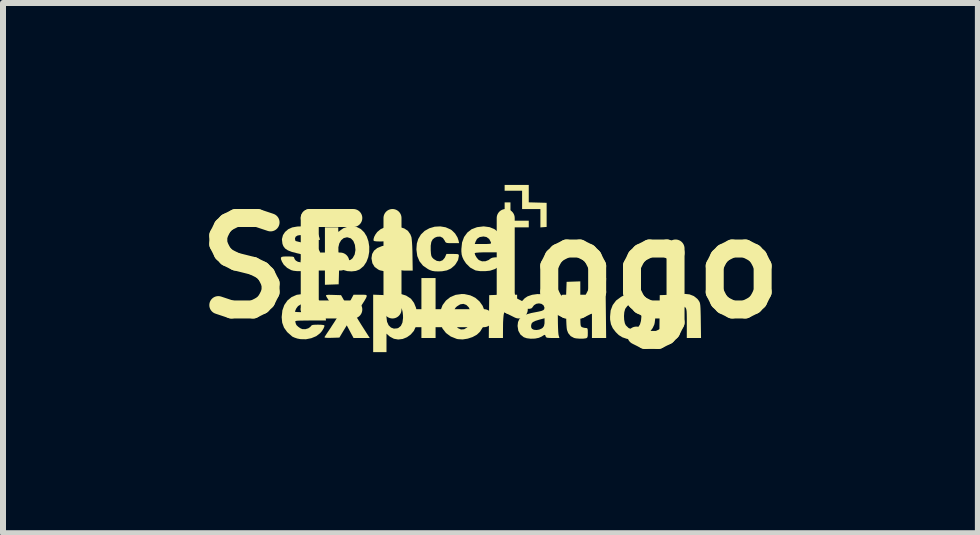
<source format=kicad_pcb>
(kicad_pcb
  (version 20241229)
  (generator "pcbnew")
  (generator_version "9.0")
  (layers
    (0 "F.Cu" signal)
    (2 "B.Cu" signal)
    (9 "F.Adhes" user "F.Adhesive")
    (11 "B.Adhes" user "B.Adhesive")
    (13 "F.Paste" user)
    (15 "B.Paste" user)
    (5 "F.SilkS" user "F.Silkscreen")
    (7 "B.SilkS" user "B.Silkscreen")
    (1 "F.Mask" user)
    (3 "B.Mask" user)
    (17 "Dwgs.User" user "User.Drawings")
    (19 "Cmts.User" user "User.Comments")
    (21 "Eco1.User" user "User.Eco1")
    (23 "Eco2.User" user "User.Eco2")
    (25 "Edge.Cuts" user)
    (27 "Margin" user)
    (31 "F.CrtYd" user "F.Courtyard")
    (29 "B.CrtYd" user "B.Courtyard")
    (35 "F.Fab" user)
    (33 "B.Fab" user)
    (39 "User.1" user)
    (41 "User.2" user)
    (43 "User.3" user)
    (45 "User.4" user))
  (footprint "SEI_logo"
    (layer "F.Cu")
    (at 5.124 1.418)
    (property "Reference" "SEI_logo" (at 0 0 0) (layer "F.SilkS") (effects (font (size 1.524 1.524) (thickness 0.3))))
    (attr board_only exclude_from_pos_files exclude_from_bom)
    (fp_poly (pts (xy -0.915 1.165) (xy -1.151 1.165) (xy -1.151 0.166) (xy -0.915 0.166)) (stroke (width 0) (type solid)) (fill yes) (layer "F.SilkS"))
    (fp_poly (pts (xy 1.92 0.451) (xy 1.924 0.808) (xy 1.928 1.165) (xy 1.691 1.165) (xy 1.691 0.443)) (stroke (width 0) (type solid)) (fill yes) (layer "F.SilkS"))
    (fp_poly (pts (xy 1.924 0.26) (xy 1.92 0.354) (xy 1.691 0.362) (xy 1.691 0.166) (xy 1.928 0.166)) (stroke (width 0) (type solid)) (fill yes) (layer "F.SilkS"))
    (fp_poly (pts (xy 0.333 -0.79) (xy 0.638 -0.79) (xy 0.638 -0.679) (xy 0.236 -0.679) (xy 0.236 -1.095) (xy 0.333 -1.095)) (stroke (width 0) (type solid)) (fill yes) (layer "F.SilkS"))
    (fp_poly (pts (xy 0.638 -1.096) (xy 0.787 -1.092) (xy 0.936 -1.088) (xy 0.936 -0.686) (xy 0.832 -0.678) (xy 0.832 -0.984) (xy 0.527 -0.984) (xy 0.527 -1.289) (xy 0.236 -1.289) (xy 0.236 -1.386) (xy 0.638 -1.386)) (stroke (width 0) (type solid)) (fill yes) (layer "F.SilkS"))
    (fp_poly (pts (xy 0.195 0.562) (xy 0.224 0.523) (xy 0.277 0.474) (xy 0.344 0.448) (xy 0.388 0.444) (xy 0.444 0.444) (xy 0.444 0.634) (xy 0.38 0.641) (xy 0.308 0.66) (xy 0.256 0.698) (xy 0.226 0.75) (xy 0.219 0.783) (xy 0.214 0.837) (xy 0.21 0.906) (xy 0.209 0.981) (xy 0.208 1.165) (xy -0.028 1.165) (xy -0.021 0.451) (xy 0.087 0.447) (xy 0.194 0.443)) (stroke (width 0) (type solid)) (fill yes) (layer "F.SilkS"))
    (fp_poly (pts (xy 3.317 0.438) (xy 3.389 0.466) (xy 3.448 0.513) (xy 3.466 0.536) (xy 3.478 0.554) (xy 3.487 0.572) (xy 3.493 0.594) (xy 3.497 0.624) (xy 3.5 0.667) (xy 3.502 0.726) (xy 3.504 0.806) (xy 3.505 0.876) (xy 3.509 1.165) (xy 3.272 1.165) (xy 3.272 0.922) (xy 3.272 0.834) (xy 3.271 0.769) (xy 3.269 0.724) (xy 3.265 0.693) (xy 3.259 0.673) (xy 3.251 0.659) (xy 3.244 0.652) (xy 3.202 0.627) (xy 3.154 0.627) (xy 3.106 0.651) (xy 3.091 0.664) (xy 3.05 0.705) (xy 3.05 1.165) (xy 2.814 1.165) (xy 2.818 0.808) (xy 2.821 0.451) (xy 2.929 0.447) (xy 3.036 0.443) (xy 3.036 0.546) (xy 3.081 0.503) (xy 3.119 0.472) (xy 3.156 0.449) (xy 3.166 0.445) (xy 3.24 0.43)) (stroke (width 0) (type solid)) (fill yes) (layer "F.SilkS"))
    (fp_poly (pts (xy 1.497 0.444) (xy 1.622 0.444) (xy 1.622 0.596) (xy 1.497 0.596) (xy 1.497 0.783) (xy 1.498 0.859) (xy 1.499 0.911) (xy 1.502 0.946) (xy 1.507 0.967) (xy 1.516 0.978) (xy 1.524 0.984) (xy 1.56 0.995) (xy 1.587 0.998) (xy 1.606 1) (xy 1.617 1.009) (xy 1.621 1.033) (xy 1.622 1.078) (xy 1.622 1.08) (xy 1.621 1.126) (xy 1.616 1.152) (xy 1.604 1.165) (xy 1.591 1.17) (xy 1.544 1.176) (xy 1.484 1.176) (xy 1.425 1.171) (xy 1.393 1.164) (xy 1.337 1.134) (xy 1.295 1.083) (xy 1.275 1.031) (xy 1.27 0.997) (xy 1.266 0.943) (xy 1.263 0.874) (xy 1.262 0.8) (xy 1.262 0.787) (xy 1.262 0.596) (xy 1.22 0.596) (xy 1.196 0.595) (xy 1.184 0.587) (xy 1.179 0.564) (xy 1.178 0.521) (xy 1.178 0.52) (xy 1.179 0.476) (xy 1.184 0.454) (xy 1.196 0.445) (xy 1.219 0.444) (xy 1.261 0.444) (xy 1.265 0.336) (xy 1.269 0.229) (xy 1.497 0.221)) (stroke (width 0) (type solid)) (fill yes) (layer "F.SilkS"))
    (fp_poly (pts (xy -0.435 0.433) (xy -0.337 0.454) (xy -0.252 0.495) (xy -0.184 0.554) (xy -0.132 0.626) (xy -0.099 0.709) (xy -0.086 0.799) (xy -0.095 0.892) (xy -0.127 0.984) (xy -0.174 1.06) (xy -0.227 1.11) (xy -0.298 1.149) (xy -0.38 1.176) (xy -0.464 1.189) (xy -0.543 1.184) (xy -0.562 1.18) (xy -0.662 1.14) (xy -0.741 1.082) (xy -0.799 1.008) (xy -0.834 0.918) (xy -0.841 0.854) (xy -0.608 0.854) (xy -0.605 0.896) (xy -0.597 0.927) (xy -0.583 0.954) (xy -0.541 1.001) (xy -0.491 1.023) (xy -0.439 1.019) (xy -0.39 0.99) (xy -0.348 0.938) (xy -0.325 0.869) (xy -0.321 0.789) (xy -0.334 0.716) (xy -0.362 0.654) (xy -0.402 0.614) (xy -0.451 0.596) (xy -0.504 0.604) (xy -0.558 0.637) (xy -0.58 0.658) (xy -0.594 0.679) (xy -0.601 0.706) (xy -0.605 0.747) (xy -0.607 0.793) (xy -0.608 0.854) (xy -0.841 0.854) (xy -0.845 0.812) (xy -0.845 0.811) (xy -0.833 0.707) (xy -0.798 0.616) (xy -0.742 0.541) (xy -0.669 0.483) (xy -0.581 0.446) (xy -0.48 0.432)) (stroke (width 0) (type solid)) (fill yes) (layer "F.SilkS"))
    (fp_poly (pts (xy -2.23 -0.686) (xy -2.161 -0.651) (xy -2.105 -0.597) (xy -2.062 -0.527) (xy -2.034 -0.446) (xy -2.02 -0.358) (xy -2.021 -0.269) (xy -2.037 -0.182) (xy -2.068 -0.102) (xy -2.114 -0.033) (xy -2.177 0.02) (xy -2.184 0.024) (xy -2.243 0.047) (xy -2.314 0.055) (xy -2.387 0.05) (xy -2.451 0.032) (xy -2.478 0.017) (xy -2.522 -0.015) (xy -2.526 0.128) (xy -2.53 0.27) (xy -2.645 0.274) (xy -2.759 0.278) (xy -2.759 -0.347) (xy -2.535 -0.347) (xy -2.534 -0.273) (xy -2.531 -0.255) (xy -2.509 -0.198) (xy -2.473 -0.156) (xy -2.427 -0.13) (xy -2.377 -0.124) (xy -2.329 -0.139) (xy -2.297 -0.166) (xy -2.263 -0.227) (xy -2.25 -0.302) (xy -2.259 -0.386) (xy -2.26 -0.389) (xy -2.286 -0.453) (xy -2.326 -0.495) (xy -2.38 -0.512) (xy -2.395 -0.513) (xy -2.446 -0.5) (xy -2.488 -0.465) (xy -2.519 -0.413) (xy -2.535 -0.347) (xy -2.759 -0.347) (xy -2.759 -0.679) (xy -2.537 -0.679) (xy -2.537 -0.638) (xy -2.536 -0.61) (xy -2.529 -0.606) (xy -2.51 -0.623) (xy -2.451 -0.665) (xy -2.377 -0.69) (xy -2.297 -0.697)) (stroke (width 0) (type solid)) (fill yes) (layer "F.SilkS"))
    (fp_poly (pts (xy -1.483 0.434) (xy -1.406 0.458) (xy -1.334 0.504) (xy -1.321 0.516) (xy -1.274 0.58) (xy -1.241 0.661) (xy -1.223 0.754) (xy -1.221 0.853) (xy -1.237 0.952) (xy -1.242 0.969) (xy -1.276 1.045) (xy -1.328 1.106) (xy -1.391 1.152) (xy -1.463 1.181) (xy -1.537 1.19) (xy -1.609 1.178) (xy -1.675 1.143) (xy -1.686 1.134) (xy -1.733 1.092) (xy -1.733 1.4) (xy -1.955 1.4) (xy -1.955 0.821) (xy -1.733 0.821) (xy -1.724 0.894) (xy -1.698 0.952) (xy -1.658 0.991) (xy -1.609 1.009) (xy -1.553 1.004) (xy -1.533 0.996) (xy -1.493 0.963) (xy -1.467 0.907) (xy -1.457 0.831) (xy -1.458 0.789) (xy -1.464 0.732) (xy -1.473 0.694) (xy -1.49 0.667) (xy -1.496 0.66) (xy -1.543 0.625) (xy -1.595 0.617) (xy -1.643 0.63) (xy -1.69 0.664) (xy -1.719 0.718) (xy -1.732 0.794) (xy -1.733 0.821) (xy -1.955 0.821) (xy -1.955 0.443) (xy -1.847 0.447) (xy -1.793 0.449) (xy -1.761 0.453) (xy -1.745 0.46) (xy -1.738 0.474) (xy -1.736 0.488) (xy -1.731 0.526) (xy -1.701 0.497) (xy -1.637 0.453) (xy -1.562 0.432)) (stroke (width 0) (type solid)) (fill yes) (layer "F.SilkS"))
    (fp_poly (pts (xy -0.746 -0.68) (xy -0.663 -0.643) (xy -0.643 -0.629) (xy -0.59 -0.577) (xy -0.55 -0.512) (xy -0.532 -0.459) (xy -0.523 -0.416) (xy -0.634 -0.416) (xy -0.69 -0.416) (xy -0.724 -0.419) (xy -0.743 -0.426) (xy -0.754 -0.439) (xy -0.763 -0.458) (xy -0.794 -0.503) (xy -0.837 -0.525) (xy -0.89 -0.522) (xy -0.928 -0.507) (xy -0.963 -0.479) (xy -0.986 -0.436) (xy -0.996 -0.374) (xy -0.996 -0.297) (xy -0.992 -0.242) (xy -0.986 -0.206) (xy -0.975 -0.182) (xy -0.956 -0.161) (xy -0.946 -0.151) (xy -0.894 -0.12) (xy -0.843 -0.113) (xy -0.797 -0.131) (xy -0.762 -0.172) (xy -0.755 -0.187) (xy -0.734 -0.236) (xy -0.631 -0.236) (xy -0.578 -0.235) (xy -0.547 -0.233) (xy -0.532 -0.226) (xy -0.527 -0.213) (xy -0.527 -0.202) (xy -0.54 -0.134) (xy -0.58 -0.067) (xy -0.6 -0.043) (xy -0.659 0.007) (xy -0.726 0.038) (xy -0.807 0.053) (xy -0.861 0.055) (xy -0.923 0.054) (xy -0.969 0.047) (xy -1.011 0.032) (xy -1.041 0.017) (xy -1.124 -0.04) (xy -1.183 -0.113) (xy -1.22 -0.201) (xy -1.234 -0.306) (xy -1.234 -0.319) (xy -1.227 -0.41) (xy -1.204 -0.485) (xy -1.162 -0.555) (xy -1.161 -0.558) (xy -1.097 -0.62) (xy -1.018 -0.664) (xy -0.929 -0.69) (xy -0.836 -0.695)) (stroke (width 0) (type solid)) (fill yes) (layer "F.SilkS"))
    (fp_poly (pts (xy 2.433 0.438) (xy 2.477 0.443) (xy 2.513 0.453) (xy 2.552 0.472) (xy 2.562 0.477) (xy 2.643 0.536) (xy 2.701 0.609) (xy 2.736 0.697) (xy 2.747 0.796) (xy 2.744 0.854) (xy 2.737 0.911) (xy 2.73 0.942) (xy 2.703 1) (xy 2.659 1.059) (xy 2.605 1.112) (xy 2.551 1.15) (xy 2.536 1.156) (xy 2.469 1.175) (xy 2.391 1.185) (xy 2.316 1.185) (xy 2.27 1.178) (xy 2.197 1.153) (xy 2.138 1.116) (xy 2.088 1.067) (xy 2.038 1.002) (xy 2.008 0.936) (xy 1.994 0.86) (xy 1.993 0.811) (xy 1.994 0.798) (xy 2.225 0.798) (xy 2.228 0.862) (xy 2.239 0.918) (xy 2.255 0.953) (xy 2.302 0.999) (xy 2.355 1.019) (xy 2.41 1.015) (xy 2.461 0.984) (xy 2.463 0.982) (xy 2.491 0.94) (xy 2.508 0.881) (xy 2.515 0.812) (xy 2.511 0.744) (xy 2.496 0.684) (xy 2.478 0.65) (xy 2.434 0.613) (xy 2.382 0.597) (xy 2.329 0.603) (xy 2.282 0.63) (xy 2.247 0.677) (xy 2.244 0.684) (xy 2.23 0.735) (xy 2.225 0.798) (xy 1.994 0.798) (xy 2.003 0.705) (xy 2.037 0.616) (xy 2.093 0.541) (xy 2.172 0.482) (xy 2.18 0.477) (xy 2.22 0.457) (xy 2.256 0.444) (xy 2.298 0.439) (xy 2.355 0.437) (xy 2.371 0.437)) (stroke (width 0) (type solid)) (fill yes) (layer "F.SilkS"))
    (fp_poly (pts (xy -2.084 0.445) (xy -2.065 0.452) (xy -2.062 0.468) (xy -2.073 0.497) (xy -2.098 0.541) (xy -2.138 0.604) (xy -2.157 0.632) (xy -2.191 0.688) (xy -2.22 0.736) (xy -2.239 0.77) (xy -2.246 0.786) (xy -2.239 0.802) (xy -2.219 0.837) (xy -2.189 0.886) (xy -2.152 0.946) (xy -2.129 0.982) (xy -2.012 1.165) (xy -2.282 1.165) (xy -2.339 1.059) (xy -2.395 0.954) (xy -2.457 1.056) (xy -2.518 1.158) (xy -2.647 1.162) (xy -2.708 1.163) (xy -2.746 1.161) (xy -2.763 1.157) (xy -2.765 1.149) (xy -2.765 1.148) (xy -2.753 1.13) (xy -2.73 1.094) (xy -2.697 1.045) (xy -2.658 0.987) (xy -2.646 0.967) (xy -2.607 0.908) (xy -2.574 0.856) (xy -2.55 0.816) (xy -2.538 0.793) (xy -2.537 0.79) (xy -2.545 0.774) (xy -2.565 0.739) (xy -2.594 0.692) (xy -2.631 0.636) (xy -2.635 0.63) (xy -2.673 0.573) (xy -2.705 0.523) (xy -2.729 0.485) (xy -2.74 0.464) (xy -2.741 0.463) (xy -2.741 0.454) (xy -2.729 0.448) (xy -2.701 0.445) (xy -2.652 0.446) (xy -2.619 0.447) (xy -2.49 0.451) (xy -2.441 0.537) (xy -2.416 0.58) (xy -2.396 0.61) (xy -2.385 0.624) (xy -2.385 0.624) (xy -2.375 0.612) (xy -2.357 0.583) (xy -2.333 0.54) (xy -2.33 0.534) (xy -2.282 0.444) (xy -2.166 0.444) (xy -2.117 0.444)) (stroke (width 0) (type solid)) (fill yes) (layer "F.SilkS"))
    (fp_poly (pts (xy -0.013 -0.682) (xy 0.072 -0.646) (xy 0.141 -0.587) (xy 0.195 -0.506) (xy 0.231 -0.406) (xy 0.234 -0.391) (xy 0.244 -0.347) (xy 0.25 -0.314) (xy 0.248 -0.291) (xy 0.236 -0.276) (xy 0.21 -0.268) (xy 0.167 -0.264) (xy 0.104 -0.263) (xy 0.017 -0.263) (xy -0.007 -0.263) (xy -0.111 -0.263) (xy -0.189 -0.26) (xy -0.239 -0.256) (xy -0.262 -0.251) (xy -0.263 -0.249) (xy -0.255 -0.218) (xy -0.233 -0.179) (xy -0.205 -0.145) (xy -0.191 -0.133) (xy -0.141 -0.113) (xy -0.084 -0.114) (xy -0.03 -0.135) (xy -0.016 -0.146) (xy 0.009 -0.164) (xy 0.036 -0.174) (xy 0.073 -0.179) (xy 0.13 -0.18) (xy 0.13 -0.18) (xy 0.18 -0.179) (xy 0.218 -0.175) (xy 0.235 -0.17) (xy 0.236 -0.169) (xy 0.229 -0.152) (xy 0.211 -0.12) (xy 0.195 -0.094) (xy 0.142 -0.029) (xy 0.075 0.016) (xy -0.007 0.043) (xy -0.089 0.051) (xy -0.178 0.05) (xy -0.244 0.04) (xy -0.255 0.036) (xy -0.338 -0.009) (xy -0.407 -0.077) (xy -0.447 -0.138) (xy -0.468 -0.184) (xy -0.48 -0.226) (xy -0.485 -0.277) (xy -0.485 -0.317) (xy -0.476 -0.402) (xy -0.262 -0.402) (xy -0.123 -0.402) (xy -0.06 -0.402) (xy -0.02 -0.404) (xy 0.001 -0.407) (xy 0.009 -0.415) (xy 0.008 -0.426) (xy 0.006 -0.433) (xy -0.022 -0.486) (xy -0.067 -0.518) (xy -0.117 -0.527) (xy -0.18 -0.517) (xy -0.224 -0.487) (xy -0.247 -0.444) (xy -0.262 -0.402) (xy -0.476 -0.402) (xy -0.474 -0.425) (xy -0.44 -0.518) (xy -0.386 -0.592) (xy -0.314 -0.648) (xy -0.224 -0.682) (xy -0.118 -0.695) (xy -0.11 -0.695)) (stroke (width 0) (type solid)) (fill yes) (layer "F.SilkS"))
    (fp_poly (pts (xy -3.084 0.433) (xy -2.985 0.453) (xy -2.903 0.496) (xy -2.837 0.56) (xy -2.788 0.645) (xy -2.757 0.751) (xy -2.75 0.799) (xy -2.741 0.873) (xy -3.001 0.873) (xy -3.093 0.874) (xy -3.159 0.875) (xy -3.206 0.876) (xy -3.234 0.879) (xy -3.249 0.884) (xy -3.254 0.89) (xy -3.253 0.895) (xy -3.245 0.921) (xy -3.244 0.928) (xy -3.233 0.95) (xy -3.206 0.976) (xy -3.171 1.001) (xy -3.138 1.016) (xy -3.134 1.017) (xy -3.085 1.018) (xy -3.037 1.004) (xy -3.002 0.98) (xy -2.994 0.969) (xy -2.982 0.955) (xy -2.962 0.947) (xy -2.925 0.944) (xy -2.877 0.943) (xy -2.827 0.944) (xy -2.788 0.948) (xy -2.768 0.953) (xy -2.768 0.954) (xy -2.769 0.975) (xy -2.784 1.01) (xy -2.809 1.05) (xy -2.839 1.085) (xy -2.903 1.134) (xy -2.985 1.168) (xy -3.075 1.186) (xy -3.167 1.184) (xy -3.219 1.174) (xy -3.264 1.159) (xy -3.3 1.143) (xy -3.309 1.136) (xy -3.388 1.066) (xy -3.441 0.992) (xy -3.471 0.91) (xy -3.48 0.817) (xy -3.47 0.727) (xy -3.258 0.727) (xy -3.245 0.73) (xy -3.211 0.733) (xy -3.16 0.734) (xy -3.12 0.735) (xy -3.051 0.733) (xy -3.004 0.729) (xy -2.982 0.723) (xy -2.981 0.72) (xy -2.99 0.689) (xy -3.011 0.651) (xy -3.037 0.62) (xy -3.049 0.61) (xy -3.104 0.596) (xy -3.159 0.604) (xy -3.207 0.633) (xy -3.237 0.673) (xy -3.251 0.705) (xy -3.258 0.725) (xy -3.258 0.727) (xy -3.47 0.727) (xy -3.469 0.708) (xy -3.436 0.615) (xy -3.383 0.539) (xy -3.313 0.482) (xy -3.228 0.445) (xy -3.128 0.432)) (stroke (width 0) (type solid)) (fill yes) (layer "F.SilkS"))
    (fp_poly (pts (xy -3.057 -0.685) (xy -2.973 -0.658) (xy -2.909 -0.613) (xy -2.866 -0.553) (xy -2.851 -0.51) (xy -2.842 -0.471) (xy -2.95 -0.471) (xy -3.005 -0.472) (xy -3.038 -0.475) (xy -3.057 -0.483) (xy -3.068 -0.496) (xy -3.071 -0.503) (xy -3.095 -0.531) (xy -3.133 -0.547) (xy -3.175 -0.55) (xy -3.215 -0.543) (xy -3.246 -0.524) (xy -3.258 -0.495) (xy -3.258 -0.493) (xy -3.254 -0.464) (xy -3.246 -0.451) (xy -3.227 -0.446) (xy -3.188 -0.436) (xy -3.135 -0.424) (xy -3.1 -0.417) (xy -3.002 -0.393) (xy -2.929 -0.365) (xy -2.878 -0.329) (xy -2.847 -0.284) (xy -2.831 -0.226) (xy -2.828 -0.179) (xy -2.839 -0.103) (xy -2.871 -0.043) (xy -2.927 0.005) (xy -2.942 0.014) (xy -2.977 0.031) (xy -3.013 0.042) (xy -3.061 0.048) (xy -3.126 0.051) (xy -3.133 0.051) (xy -3.219 0.051) (xy -3.283 0.044) (xy -3.32 0.034) (xy -3.389 -0.004) (xy -3.445 -0.057) (xy -3.475 -0.107) (xy -3.491 -0.147) (xy -3.493 -0.173) (xy -3.479 -0.187) (xy -3.445 -0.193) (xy -3.387 -0.194) (xy -3.383 -0.194) (xy -3.326 -0.193) (xy -3.292 -0.19) (xy -3.276 -0.183) (xy -3.272 -0.173) (xy -3.263 -0.149) (xy -3.244 -0.125) (xy -3.209 -0.105) (xy -3.161 -0.096) (xy -3.111 -0.099) (xy -3.071 -0.113) (xy -3.059 -0.122) (xy -3.04 -0.152) (xy -3.042 -0.177) (xy -3.065 -0.199) (xy -3.113 -0.219) (xy -3.185 -0.239) (xy -3.222 -0.247) (xy -3.311 -0.27) (xy -3.377 -0.296) (xy -3.423 -0.327) (xy -3.452 -0.366) (xy -3.467 -0.405) (xy -3.476 -0.482) (xy -3.458 -0.55) (xy -3.424 -0.602) (xy -3.37 -0.648) (xy -3.304 -0.678) (xy -3.219 -0.693) (xy -3.159 -0.695)) (stroke (width 0) (type solid)) (fill yes) (layer "F.SilkS"))
    (fp_poly (pts (xy -1.517 -0.685) (xy -1.437 -0.661) (xy -1.376 -0.621) (xy -1.335 -0.562) (xy -1.317 -0.515) (xy -1.313 -0.485) (xy -1.308 -0.432) (xy -1.304 -0.364) (xy -1.301 -0.284) (xy -1.3 -0.211) (xy -1.296 0.042) (xy -1.397 0.042) (xy -1.45 0.041) (xy -1.482 0.037) (xy -1.5 0.029) (xy -1.511 0.014) (xy -1.514 0.007) (xy -1.527 -0.016) (xy -1.541 -0.017) (xy -1.552 -0.008) (xy -1.613 0.03) (xy -1.687 0.05) (xy -1.766 0.053) (xy -1.843 0.037) (xy -1.871 0.024) (xy -1.931 -0.02) (xy -1.968 -0.081) (xy -1.982 -0.157) (xy -1.983 -0.166) (xy -1.979 -0.191) (xy -1.758 -0.191) (xy -1.757 -0.153) (xy -1.739 -0.119) (xy -1.71 -0.104) (xy -1.667 -0.097) (xy -1.662 -0.097) (xy -1.615 -0.103) (xy -1.577 -0.127) (xy -1.566 -0.138) (xy -1.536 -0.176) (xy -1.526 -0.218) (xy -1.525 -0.235) (xy -1.527 -0.27) (xy -1.533 -0.289) (xy -1.536 -0.291) (xy -1.56 -0.286) (xy -1.601 -0.275) (xy -1.649 -0.259) (xy -1.695 -0.242) (xy -1.729 -0.228) (xy -1.741 -0.221) (xy -1.758 -0.191) (xy -1.979 -0.191) (xy -1.972 -0.235) (xy -1.94 -0.291) (xy -1.886 -0.335) (xy -1.807 -0.367) (xy -1.712 -0.388) (xy -1.639 -0.402) (xy -1.589 -0.414) (xy -1.559 -0.429) (xy -1.543 -0.448) (xy -1.539 -0.472) (xy -1.539 -0.473) (xy -1.55 -0.509) (xy -1.579 -0.532) (xy -1.618 -0.542) (xy -1.66 -0.538) (xy -1.699 -0.52) (xy -1.728 -0.489) (xy -1.733 -0.477) (xy -1.742 -0.46) (xy -1.757 -0.45) (xy -1.784 -0.445) (xy -1.83 -0.444) (xy -1.843 -0.444) (xy -1.892 -0.445) (xy -1.929 -0.449) (xy -1.946 -0.455) (xy -1.947 -0.455) (xy -1.949 -0.482) (xy -1.938 -0.521) (xy -1.915 -0.564) (xy -1.887 -0.602) (xy -1.882 -0.606) (xy -1.83 -0.649) (xy -1.772 -0.675) (xy -1.701 -0.689) (xy -1.619 -0.693)) (stroke (width 0) (type solid)) (fill yes) (layer "F.SilkS"))
    (fp_poly (pts (xy 0.867 0.435) (xy 0.948 0.45) (xy 1.016 0.478) (xy 1.041 0.495) (xy 1.069 0.521) (xy 1.09 0.547) (xy 1.105 0.578) (xy 1.114 0.618) (xy 1.12 0.673) (xy 1.122 0.745) (xy 1.123 0.841) (xy 1.123 0.842) (xy 1.124 0.923) (xy 1.126 0.997) (xy 1.129 1.059) (xy 1.133 1.103) (xy 1.136 1.12) (xy 1.149 1.165) (xy 1.038 1.165) (xy 0.982 1.164) (xy 0.948 1.161) (xy 0.929 1.154) (xy 0.921 1.142) (xy 0.919 1.137) (xy 0.912 1.117) (xy 0.902 1.112) (xy 0.88 1.123) (xy 0.855 1.14) (xy 0.806 1.162) (xy 0.742 1.175) (xy 0.671 1.177) (xy 0.605 1.169) (xy 0.555 1.152) (xy 0.499 1.107) (xy 0.464 1.044) (xy 0.452 0.967) (xy 0.452 0.963) (xy 0.452 0.959) (xy 0.677 0.959) (xy 0.678 0.986) (xy 0.692 1.012) (xy 0.724 1.028) (xy 0.767 1.032) (xy 0.813 1.025) (xy 0.855 1.006) (xy 0.87 0.995) (xy 0.891 0.966) (xy 0.9 0.926) (xy 0.901 0.901) (xy 0.901 0.836) (xy 0.808 0.861) (xy 0.745 0.881) (xy 0.705 0.901) (xy 0.684 0.926) (xy 0.677 0.959) (xy 0.452 0.959) (xy 0.459 0.899) (xy 0.483 0.847) (xy 0.526 0.806) (xy 0.591 0.774) (xy 0.679 0.749) (xy 0.725 0.74) (xy 0.798 0.726) (xy 0.849 0.714) (xy 0.88 0.701) (xy 0.895 0.686) (xy 0.899 0.666) (xy 0.899 0.655) (xy 0.883 0.619) (xy 0.85 0.596) (xy 0.808 0.588) (xy 0.764 0.595) (xy 0.726 0.618) (xy 0.709 0.64) (xy 0.695 0.66) (xy 0.68 0.672) (xy 0.654 0.678) (xy 0.611 0.679) (xy 0.586 0.679) (xy 0.534 0.679) (xy 0.504 0.676) (xy 0.49 0.669) (xy 0.485 0.656) (xy 0.485 0.649) (xy 0.497 0.601) (xy 0.527 0.549) (xy 0.57 0.503) (xy 0.618 0.471) (xy 0.694 0.445) (xy 0.78 0.433)) (stroke (width 0) (type solid)) (fill yes) (layer "F.SilkS")))
  (gr_rect
    (start -3 -3)
    (end 13.247 5.836)
    (stroke (width 0.1) (type default))
    (fill no)
    (layer "Edge.Cuts")))
</source>
